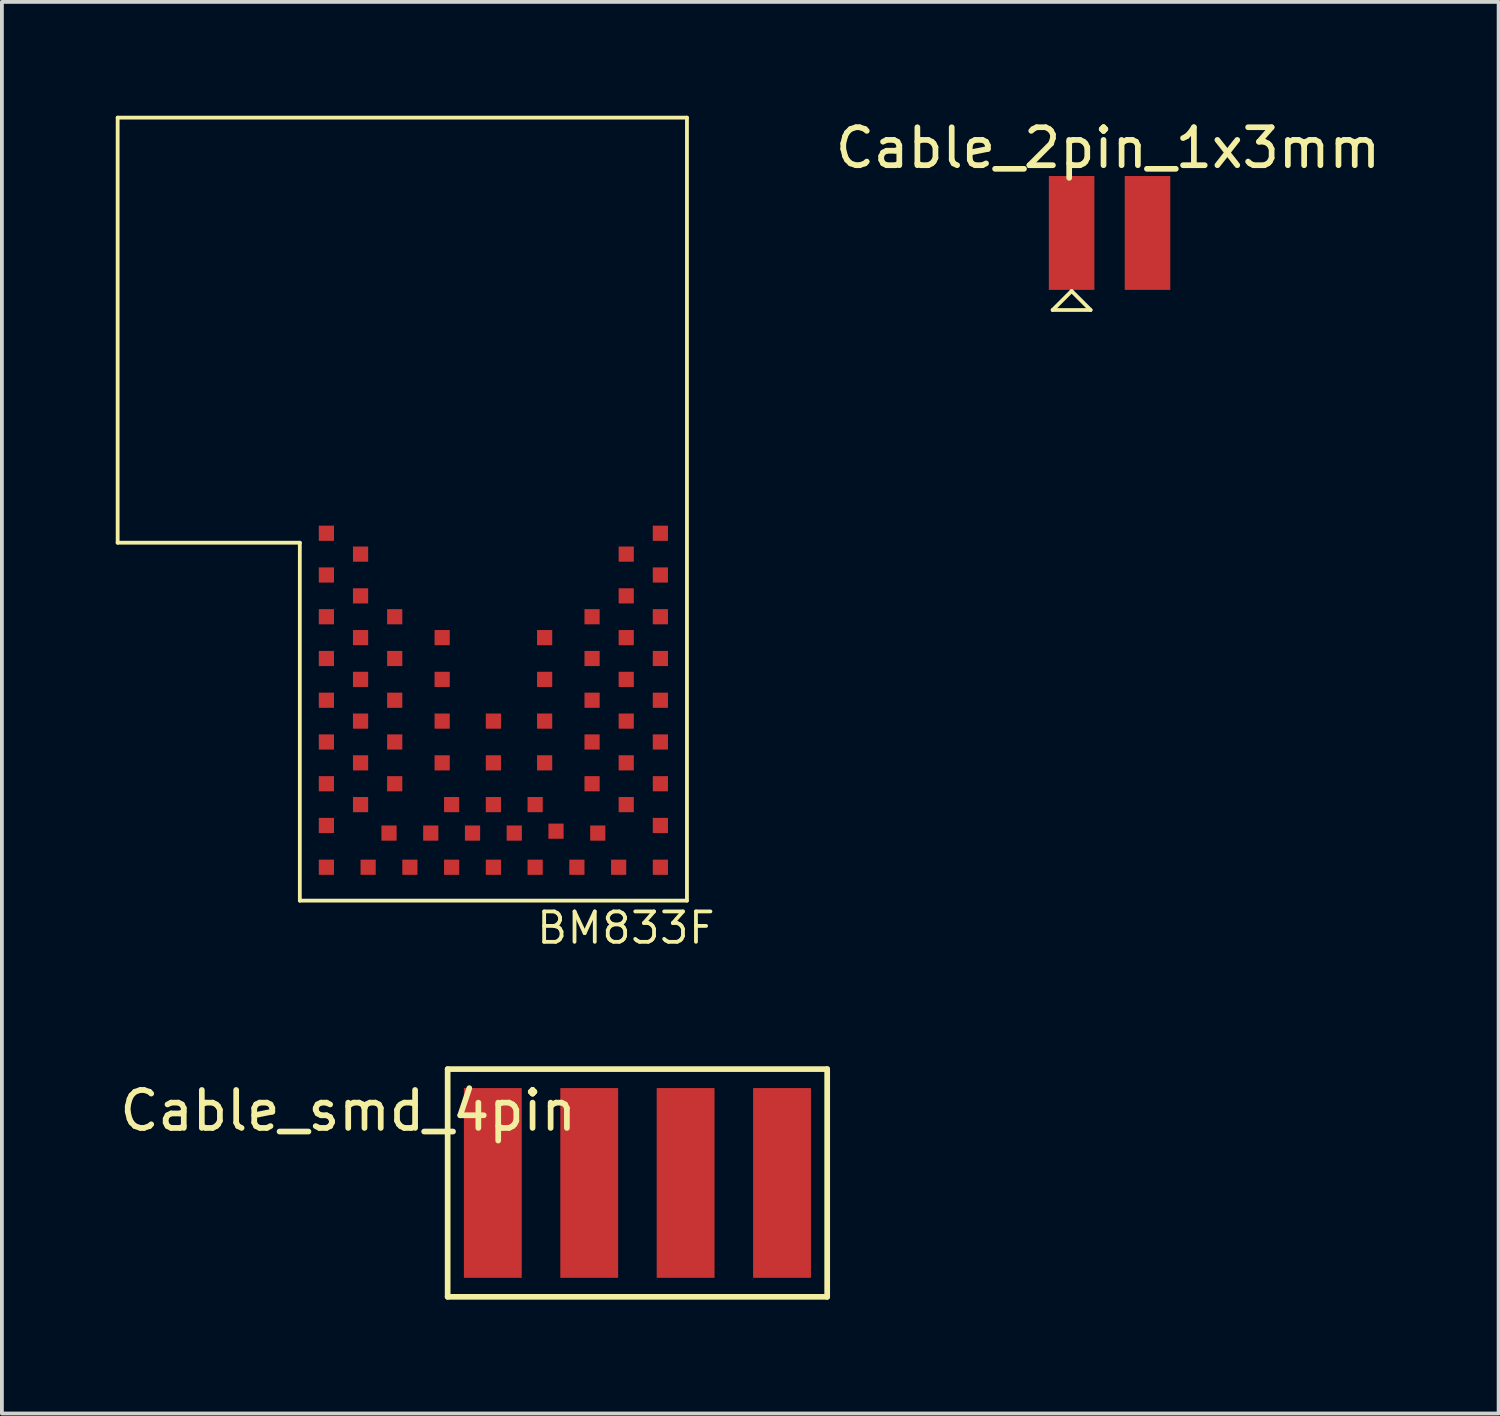
<source format=kicad_pcb>
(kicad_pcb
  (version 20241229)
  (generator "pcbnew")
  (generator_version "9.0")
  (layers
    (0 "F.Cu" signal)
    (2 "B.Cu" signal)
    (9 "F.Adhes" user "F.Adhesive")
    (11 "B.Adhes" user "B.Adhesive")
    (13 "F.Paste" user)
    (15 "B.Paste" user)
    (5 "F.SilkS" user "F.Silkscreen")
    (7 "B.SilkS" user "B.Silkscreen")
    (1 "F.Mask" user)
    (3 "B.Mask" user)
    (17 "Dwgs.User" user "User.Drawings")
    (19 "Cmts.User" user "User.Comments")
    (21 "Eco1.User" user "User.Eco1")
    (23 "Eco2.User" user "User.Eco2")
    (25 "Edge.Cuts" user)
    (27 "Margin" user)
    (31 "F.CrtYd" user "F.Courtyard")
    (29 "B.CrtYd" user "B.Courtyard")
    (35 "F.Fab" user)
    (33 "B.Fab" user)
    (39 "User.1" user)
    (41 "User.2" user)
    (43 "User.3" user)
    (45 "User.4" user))
  (footprint "Cable_smd_4pin"
    (layer "F.Cu")
    (at 13.745 28.119)
    (property "Reference" "Cable_smd_4pin" (at -7.62 -1.905 0) (layer "F.SilkS") (effects (font (size 1 1) (thickness 0.15))))
    (attr through_hole)
    (fp_line (start -5 -3) (end -5 3) (stroke (width 0.15) (type solid)) (layer "F.SilkS"))
    (fp_line (start -5 3) (end 5 3) (stroke (width 0.15) (type solid)) (layer "F.SilkS"))
    (fp_line (start 5 -3) (end -5 -3) (stroke (width 0.15) (type solid)) (layer "F.SilkS"))
    (fp_line (start 5 -3) (end 5 3) (stroke (width 0.15) (type solid)) (layer "F.SilkS"))
    (pad "1" smd rect (at -3.81 0) (size 1.524 5) (layers "F.Cu" "F.Mask" "F.Paste"))
    (pad "2" smd rect (at -1.27 0) (size 1.524 5) (layers "F.Cu" "F.Mask" "F.Paste"))
    (pad "3" smd rect (at 1.27 0) (size 1.524 5) (layers "F.Cu" "F.Mask" "F.Paste"))
    (pad "4" smd rect (at 3.81 0) (size 1.524 5) (layers "F.Cu" "F.Mask" "F.Paste")))
  (footprint "Cable_2pin_1x3mm"
    (layer "F.Cu")
    (at 25.185 3.088)
    (property "Reference" "Cable_2pin_1x3mm" (at 0.96 -2.24 180) (layer "F.SilkS") (effects (font (size 1 1) (thickness 0.15))))
    (attr through_hole)
    (fp_line (start -0.5 2.03) (end 0.5 2.03) (stroke (width 0.1) (type solid)) (layer "F.SilkS"))
    (fp_line (start 0 1.53) (end -0.5 2.03) (stroke (width 0.1) (type solid)) (layer "F.SilkS"))
    (fp_line (start 0.5 2.03) (end 0 1.53) (stroke (width 0.1) (type solid)) (layer "F.SilkS"))
    (pad "1" smd rect (at 0 0) (size 1.2 3) (layers "F.Cu" "F.Mask" "F.Paste"))
    (pad "2" smd rect (at 2 0) (size 1.2 3) (layers "F.Cu" "F.Mask" "F.Paste")))
  (footprint "BM833F"
    (layer "F.Cu")
    (at 9.95 13.35)
    (property "Reference" "BM833F" (at 3.49 8.05 0) (layer "F.SilkS") (effects (font (size 0.8 0.8) (thickness 0.1))))
    (attr smd)
    (fp_line (start -9.9 -13.3) (end 5.1 -13.3) (stroke (width 0.1) (type solid)) (layer "F.SilkS"))
    (fp_line (start -9.9 -2.1) (end -9.9 -13.3) (stroke (width 0.1) (type solid)) (layer "F.SilkS"))
    (fp_line (start -9.9 -2.1) (end -5.1 -2.1) (stroke (width 0.1) (type solid)) (layer "F.SilkS"))
    (fp_line (start -5.1 7.33) (end -5.1 -2.1) (stroke (width 0.1) (type solid)) (layer "F.SilkS"))
    (fp_line (start -5.082 7.305) (end -5.082 7.303) (stroke (width 0.008) (type solid)) (layer "F.SilkS"))
    (fp_line (start 5.1 -13.3) (end 5.1 7.33) (stroke (width 0.1) (type solid)) (layer "F.SilkS"))
    (fp_line (start 5.1 7.33) (end -5.1 7.33) (stroke (width 0.1) (type solid)) (layer "F.SilkS"))
    (fp_line (start 5.116 7.303) (end 5.116 7.305) (stroke (width 0.008) (type solid)) (layer "F.SilkS"))
    (fp_arc (start -5.08238 7.308) (mid -5.084176 7.307256) (end -5.08492 7.30546) (stroke (width 0.00762) (type solid)) (layer "F.SilkS"))
    (fp_arc (start -5.08238 7.308) (mid -5.08492 7.30546) (end -5.08238 7.30292) (stroke (width 0.00762) (type solid)) (layer "F.SilkS"))
    (fp_arc (start -5.07984 7.30546) (mid -5.080584 7.307256) (end -5.08238 7.308) (stroke (width 0.00762) (type solid)) (layer "F.SilkS"))
    (fp_arc (start 5.11572 7.30292) (mid 5.11826 7.30546) (end 5.11572 7.308) (stroke (width 0.00762) (type solid)) (layer "F.SilkS"))
    (fp_arc (start 5.11572 7.308) (mid 5.113924 7.307256) (end 5.11318 7.30546) (stroke (width 0.00762) (type solid)) (layer "F.SilkS"))
    (fp_arc (start 5.11826 7.30546) (mid 5.117516 7.307256) (end 5.11572 7.308) (stroke (width 0.00762) (type solid)) (layer "F.SilkS"))
    (pad "1" smd rect (at -4.4 -2.35 180) (size 0.4 0.4) (layers "F.Cu" "F.Mask" "F.Paste"))
    (pad "2" smd rect (at -3.5 -1.8 90) (size 0.4 0.4) (layers "F.Cu" "F.Mask" "F.Paste"))
    (pad "3" smd rect (at -4.4 -1.25 90) (size 0.4 0.4) (layers "F.Cu" "F.Mask" "F.Paste"))
    (pad "4" smd rect (at -3.5 -0.7 90) (size 0.4 0.4) (layers "F.Cu" "F.Mask" "F.Paste"))
    (pad "5" smd rect (at -4.4 -0.15 90) (size 0.4 0.4) (layers "F.Cu" "F.Mask" "F.Paste"))
    (pad "6" smd rect (at -3.5 0.4 90) (size 0.4 0.4) (layers "F.Cu" "F.Mask" "F.Paste"))
    (pad "7" smd rect (at -4.4 0.95 90) (size 0.4 0.4) (layers "F.Cu" "F.Mask" "F.Paste"))
    (pad "8" smd rect (at -3.5 1.5 180) (size 0.4 0.4) (layers "F.Cu" "F.Mask" "F.Paste"))
    (pad "9" smd rect (at -4.4 2.05 90) (size 0.4 0.4) (layers "F.Cu" "F.Mask" "F.Paste"))
    (pad "10" smd rect (at -3.5 2.6 90) (size 0.4 0.4) (layers "F.Cu" "F.Mask" "F.Paste"))
    (pad "11" smd rect (at -4.4 3.15 90) (size 0.4 0.4) (layers "F.Cu" "F.Mask" "F.Paste"))
    (pad "12" smd rect (at -3.5 3.7 90) (size 0.4 0.4) (layers "F.Cu" "F.Mask" "F.Paste"))
    (pad "13" smd rect (at -4.4 4.25 90) (size 0.4 0.4) (layers "F.Cu" "F.Mask" "F.Paste"))
    (pad "14" smd rect (at -3.5 4.8 90) (size 0.4 0.4) (layers "F.Cu" "F.Mask" "F.Paste"))
    (pad "15" smd rect (at -4.4 5.35 90) (size 0.4 0.4) (layers "F.Cu" "F.Mask" "F.Paste"))
    (pad "16" smd rect (at -4.4 6.45 90) (size 0.4 0.4) (layers "F.Cu" "F.Mask" "F.Paste"))
    (pad "17" smd rect (at -3.3 6.45 90) (size 0.4 0.4) (layers "F.Cu" "F.Mask" "F.Paste"))
    (pad "18" smd rect (at -2.75 5.55 180) (size 0.4 0.4) (layers "F.Cu" "F.Mask" "F.Paste"))
    (pad "19" smd rect (at -2.2 6.45 90) (size 0.4 0.4) (layers "F.Cu" "F.Mask" "F.Paste"))
    (pad "20" smd rect (at -1.65 5.55 90) (size 0.4 0.4) (layers "F.Cu" "F.Mask" "F.Paste"))
    (pad "21" smd rect (at -1.1 6.45 90) (size 0.4 0.4) (layers "F.Cu" "F.Mask" "F.Paste"))
    (pad "22" smd rect (at -0.55 5.55 90) (size 0.4 0.4) (layers "F.Cu" "F.Mask" "F.Paste"))
    (pad "23" smd rect (at 0 6.45 180) (size 0.4 0.4) (layers "F.Cu" "F.Mask" "F.Paste"))
    (pad "24" smd rect (at 0.55 5.55 90) (size 0.4 0.4) (layers "F.Cu" "F.Mask" "F.Paste"))
    (pad "25" smd rect (at 1.1 6.45 90) (size 0.4 0.4) (layers "F.Cu" "F.Mask" "F.Paste"))
    (pad "26" smd rect (at 1.65 5.5 90) (size 0.4 0.4) (layers "F.Cu" "F.Mask" "F.Paste"))
    (pad "27" smd rect (at 2.2 6.45 90) (size 0.4 0.4) (layers "F.Cu" "F.Mask" "F.Paste"))
    (pad "28" smd rect (at 2.75 5.55 180) (size 0.4 0.4) (layers "F.Cu" "F.Mask" "F.Paste"))
    (pad "29" smd rect (at 3.3 6.45 90) (size 0.4 0.4) (layers "F.Cu" "F.Mask" "F.Paste"))
    (pad "30" smd rect (at 4.4 6.45 180) (size 0.4 0.4) (layers "F.Cu" "F.Mask" "F.Paste"))
    (pad "31" smd rect (at 4.4 5.35 90) (size 0.4 0.4) (layers "F.Cu" "F.Mask" "F.Paste"))
    (pad "32" smd rect (at 3.5 4.8 90) (size 0.4 0.4) (layers "F.Cu" "F.Mask" "F.Paste"))
    (pad "33" smd rect (at 4.4 4.25 90) (size 0.4 0.4) (layers "F.Cu" "F.Mask" "F.Paste"))
    (pad "34" smd rect (at 3.5 3.7 90) (size 0.4 0.4) (layers "F.Cu" "F.Mask" "F.Paste"))
    (pad "35" smd rect (at 4.4 3.15 90) (size 0.4 0.4) (layers "F.Cu" "F.Mask" "F.Paste"))
    (pad "36" smd rect (at 3.5 2.6 90) (size 0.4 0.4) (layers "F.Cu" "F.Mask" "F.Paste"))
    (pad "37" smd rect (at 4.4 2.05 90) (size 0.4 0.4) (layers "F.Cu" "F.Mask" "F.Paste"))
    (pad "38" smd rect (at 3.5 1.5 90) (size 0.4 0.4) (layers "F.Cu" "F.Mask" "F.Paste"))
    (pad "39" smd rect (at 4.4 0.95 90) (size 0.4 0.4) (layers "F.Cu" "F.Mask" "F.Paste"))
    (pad "40" smd rect (at 3.5 0.4 90) (size 0.4 0.4) (layers "F.Cu" "F.Mask" "F.Paste"))
    (pad "41" smd rect (at 4.4 -0.15 90) (size 0.4 0.4) (layers "F.Cu" "F.Mask" "F.Paste"))
    (pad "42" smd rect (at 3.5 -0.7 90) (size 0.4 0.4) (layers "F.Cu" "F.Mask" "F.Paste"))
    (pad "43" smd rect (at 4.4 -1.25 90) (size 0.4 0.4) (layers "F.Cu" "F.Mask" "F.Paste"))
    (pad "44" smd rect (at 3.5 -1.8 90) (size 0.4 0.4) (layers "F.Cu" "F.Mask" "F.Paste"))
    (pad "45" smd rect (at 4.4 -2.35 90) (size 0.4 0.4) (layers "F.Cu" "F.Mask" "F.Paste"))
    (pad "46" smd rect (at 1.35 0.4 90) (size 0.4 0.4) (layers "F.Cu" "F.Mask" "F.Paste"))
    (pad "47" smd rect (at -1.35 0.4 90) (size 0.4 0.4) (layers "F.Cu" "F.Mask" "F.Paste"))
    (pad "48" smd rect (at -2.6 -0.15 90) (size 0.4 0.4) (layers "F.Cu" "F.Mask" "F.Paste"))
    (pad "49" smd rect (at -2.6 0.95 90) (size 0.4 0.4) (layers "F.Cu" "F.Mask" "F.Paste"))
    (pad "50" smd rect (at -1.35 1.5 90) (size 0.4 0.4) (layers "F.Cu" "F.Mask" "F.Paste"))
    (pad "51" smd rect (at -2.6 2.05 90) (size 0.4 0.4) (layers "F.Cu" "F.Mask" "F.Paste"))
    (pad "52" smd rect (at -1.35 2.6 90) (size 0.4 0.4) (layers "F.Cu" "F.Mask" "F.Paste"))
    (pad "53" smd rect (at -2.6 3.15 90) (size 0.4 0.4) (layers "F.Cu" "F.Mask" "F.Paste"))
    (pad "54" smd rect (at -1.35 3.7 90) (size 0.4 0.4) (layers "F.Cu" "F.Mask" "F.Paste"))
    (pad "55" smd rect (at -2.6 4.25 90) (size 0.4 0.4) (layers "F.Cu" "F.Mask" "F.Paste"))
    (pad "56" smd rect (at -1.1 4.8 90) (size 0.4 0.4) (layers "F.Cu" "F.Mask" "F.Paste"))
    (pad "57" smd rect (at 0 4.8 90) (size 0.4 0.4) (layers "F.Cu" "F.Mask" "F.Paste"))
    (pad "58" smd rect (at 1.1 4.8 90) (size 0.4 0.4) (layers "F.Cu" "F.Mask" "F.Paste"))
    (pad "59" smd rect (at 2.6 4.25 90) (size 0.4 0.4) (layers "F.Cu" "F.Mask" "F.Paste"))
    (pad "60" smd rect (at 1.35 3.7 90) (size 0.4 0.4) (layers "F.Cu" "F.Mask" "F.Paste"))
    (pad "61" smd rect (at 2.6 3.15 90) (size 0.4 0.4) (layers "F.Cu" "F.Mask" "F.Paste"))
    (pad "62" smd rect (at 1.35 2.6 90) (size 0.4 0.4) (layers "F.Cu" "F.Mask" "F.Paste"))
    (pad "63" smd rect (at 2.6 2.05 90) (size 0.4 0.4) (layers "F.Cu" "F.Mask" "F.Paste"))
    (pad "64" smd rect (at 1.35 1.5 90) (size 0.4 0.4) (layers "F.Cu" "F.Mask" "F.Paste"))
    (pad "65" smd rect (at 2.6 0.95 90) (size 0.4 0.4) (layers "F.Cu" "F.Mask" "F.Paste"))
    (pad "66" smd rect (at 2.6 -0.15 90) (size 0.4 0.4) (layers "F.Cu" "F.Mask" "F.Paste"))
    (pad "67" smd rect (at 0 3.7 90) (size 0.4 0.4) (layers "F.Cu" "F.Mask" "F.Paste"))
    (pad "68" smd rect (at 0 2.6 90) (size 0.4 0.4) (layers "F.Cu" "F.Mask" "F.Paste")))
  (gr_rect
    (start -3 -3)
    (end 36.436 34.194)
    (stroke (width 0.1) (type default))
    (fill no)
    (layer "Edge.Cuts")))
</source>
